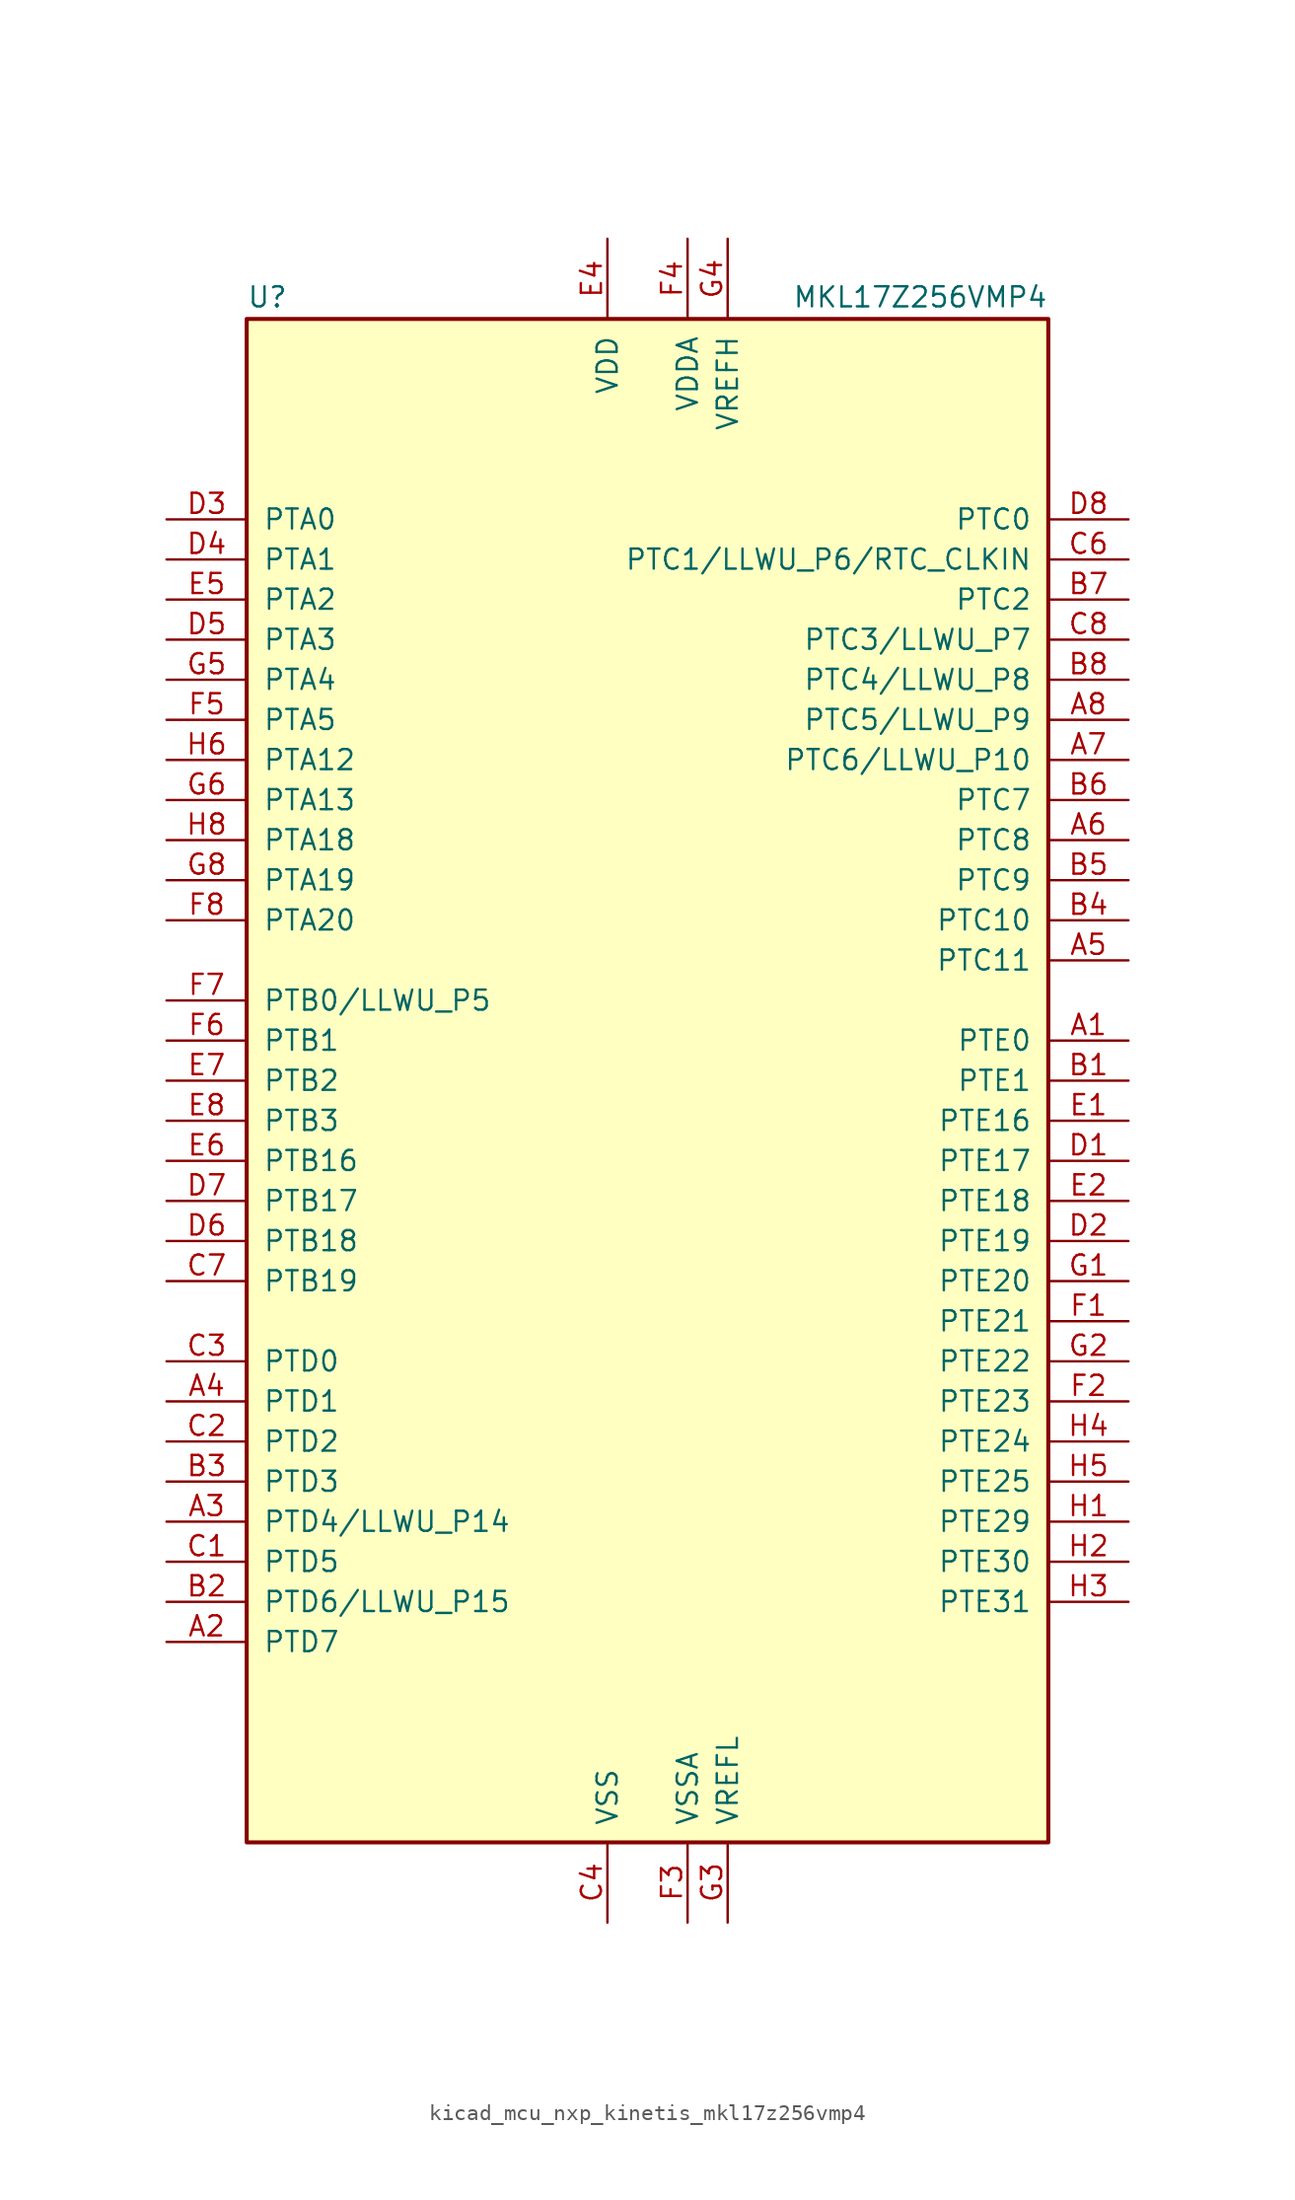
<source format=kicad_sym>
(kicad_symbol_lib
  (version 20220914)
  (generator kicad_symbol_editor)
  (symbol "kicad_mcu_nxp_kinetis_mkl17z256vmp4"
    (pin_names
      (offset 1.016))
    (property "Reference" "U"
      (at -25.4 48.895 0)
      (effects (font (size 1.27 1.27)) (justify left bottom)))
    (property "Value" "MKL17Z256VMP4"
      (at 25.4 48.895 0)
      (effects (font (size 1.27 1.27)) (justify right bottom)))
    (symbol "kicad_mcu_nxp_kinetis_mkl17z256vmp4_0_1"
      (rectangle (start -25.4 48.26) (end 25.4 -48.26) (stroke (width 0.254) (type default)) (fill (type background))))
    (symbol "kicad_mcu_nxp_kinetis_mkl17z256vmp4_1_1"
      (pin bidirectional line (at 30.48 2.54 180) (length 5.08) (name "PTE0" (effects (font (size 1.27 1.27)))) (number "A1" (effects (font (size 1.27 1.27)))))
      (pin bidirectional line (at -30.48 -35.56 0) (length 5.08) (name "PTD7" (effects (font (size 1.27 1.27)))) (number "A2" (effects (font (size 1.27 1.27)))))
      (pin bidirectional line (at -30.48 -27.94 0) (length 5.08) (name "PTD4/LLWU_P14" (effects (font (size 1.27 1.27)))) (number "A3" (effects (font (size 1.27 1.27)))))
      (pin bidirectional line (at -30.48 -20.32 0) (length 5.08) (name "PTD1" (effects (font (size 1.27 1.27)))) (number "A4" (effects (font (size 1.27 1.27)))))
      (pin bidirectional line (at 30.48 7.62 180) (length 5.08) (name "PTC11" (effects (font (size 1.27 1.27)))) (number "A5" (effects (font (size 1.27 1.27)))))
      (pin bidirectional line (at 30.48 15.24 180) (length 5.08) (name "PTC8" (effects (font (size 1.27 1.27)))) (number "A6" (effects (font (size 1.27 1.27)))))
      (pin bidirectional line (at 30.48 20.32 180) (length 5.08) (name "PTC6/LLWU_P10" (effects (font (size 1.27 1.27)))) (number "A7" (effects (font (size 1.27 1.27)))))
      (pin bidirectional line (at 30.48 22.86 180) (length 5.08) (name "PTC5/LLWU_P9" (effects (font (size 1.27 1.27)))) (number "A8" (effects (font (size 1.27 1.27)))))
      (pin bidirectional line (at 30.48 0 180) (length 5.08) (name "PTE1" (effects (font (size 1.27 1.27)))) (number "B1" (effects (font (size 1.27 1.27)))))
      (pin bidirectional line (at -30.48 -33.02 0) (length 5.08) (name "PTD6/LLWU_P15" (effects (font (size 1.27 1.27)))) (number "B2" (effects (font (size 1.27 1.27)))))
      (pin bidirectional line (at -30.48 -25.4 0) (length 5.08) (name "PTD3" (effects (font (size 1.27 1.27)))) (number "B3" (effects (font (size 1.27 1.27)))))
      (pin bidirectional line (at 30.48 10.16 180) (length 5.08) (name "PTC10" (effects (font (size 1.27 1.27)))) (number "B4" (effects (font (size 1.27 1.27)))))
      (pin bidirectional line (at 30.48 12.7 180) (length 5.08) (name "PTC9" (effects (font (size 1.27 1.27)))) (number "B5" (effects (font (size 1.27 1.27)))))
      (pin bidirectional line (at 30.48 17.78 180) (length 5.08) (name "PTC7" (effects (font (size 1.27 1.27)))) (number "B6" (effects (font (size 1.27 1.27)))))
      (pin bidirectional line (at 30.48 30.48 180) (length 5.08) (name "PTC2" (effects (font (size 1.27 1.27)))) (number "B7" (effects (font (size 1.27 1.27)))))
      (pin bidirectional line (at 30.48 25.4 180) (length 5.08) (name "PTC4/LLWU_P8" (effects (font (size 1.27 1.27)))) (number "B8" (effects (font (size 1.27 1.27)))))
      (pin bidirectional line (at -30.48 -30.48 0) (length 5.08) (name "PTD5" (effects (font (size 1.27 1.27)))) (number "C1" (effects (font (size 1.27 1.27)))))
      (pin bidirectional line (at -30.48 -22.86 0) (length 5.08) (name "PTD2" (effects (font (size 1.27 1.27)))) (number "C2" (effects (font (size 1.27 1.27)))))
      (pin bidirectional line (at -30.48 -17.78 0) (length 5.08) (name "PTD0" (effects (font (size 1.27 1.27)))) (number "C3" (effects (font (size 1.27 1.27)))))
      (pin power_in line (at -2.54 -53.34 90) (length 5.08) (name "VSS" (effects (font (size 1.27 1.27)))) (number "C4" (effects (font (size 1.27 1.27)))))
      (pin no_connect line (at -15.24 -48.26 90) (length 5.08) hide (name "NC" (effects (font (size 1.27 1.27)))) (number "C5" (effects (font (size 1.27 1.27)))))
      (pin bidirectional line (at 30.48 33.02 180) (length 5.08) (name "PTC1/LLWU_P6/RTC_CLKIN" (effects (font (size 1.27 1.27)))) (number "C6" (effects (font (size 1.27 1.27)))))
      (pin bidirectional line (at -30.48 -12.7 0) (length 5.08) (name "PTB19" (effects (font (size 1.27 1.27)))) (number "C7" (effects (font (size 1.27 1.27)))))
      (pin bidirectional line (at 30.48 27.94 180) (length 5.08) (name "PTC3/LLWU_P7" (effects (font (size 1.27 1.27)))) (number "C8" (effects (font (size 1.27 1.27)))))
      (pin bidirectional line (at 30.48 -5.08 180) (length 5.08) (name "PTE17" (effects (font (size 1.27 1.27)))) (number "D1" (effects (font (size 1.27 1.27)))))
      (pin bidirectional line (at 30.48 -10.16 180) (length 5.08) (name "PTE19" (effects (font (size 1.27 1.27)))) (number "D2" (effects (font (size 1.27 1.27)))))
      (pin bidirectional line (at -30.48 35.56 0) (length 5.08) (name "PTA0" (effects (font (size 1.27 1.27)))) (number "D3" (effects (font (size 1.27 1.27)))))
      (pin bidirectional line (at -30.48 33.02 0) (length 5.08) (name "PTA1" (effects (font (size 1.27 1.27)))) (number "D4" (effects (font (size 1.27 1.27)))))
      (pin bidirectional line (at -30.48 27.94 0) (length 5.08) (name "PTA3" (effects (font (size 1.27 1.27)))) (number "D5" (effects (font (size 1.27 1.27)))))
      (pin bidirectional line (at -30.48 -10.16 0) (length 5.08) (name "PTB18" (effects (font (size 1.27 1.27)))) (number "D6" (effects (font (size 1.27 1.27)))))
      (pin bidirectional line (at -30.48 -7.62 0) (length 5.08) (name "PTB17" (effects (font (size 1.27 1.27)))) (number "D7" (effects (font (size 1.27 1.27)))))
      (pin bidirectional line (at 30.48 35.56 180) (length 5.08) (name "PTC0" (effects (font (size 1.27 1.27)))) (number "D8" (effects (font (size 1.27 1.27)))))
      (pin bidirectional line (at 30.48 -2.54 180) (length 5.08) (name "PTE16" (effects (font (size 1.27 1.27)))) (number "E1" (effects (font (size 1.27 1.27)))))
      (pin bidirectional line (at 30.48 -7.62 180) (length 5.08) (name "PTE18" (effects (font (size 1.27 1.27)))) (number "E2" (effects (font (size 1.27 1.27)))))
      (pin passive line (at -2.54 -53.34 90) (length 5.08) hide (name "VSS" (effects (font (size 1.27 1.27)))) (number "E3" (effects (font (size 1.27 1.27)))))
      (pin power_in line (at -2.54 53.34 270) (length 5.08) (name "VDD" (effects (font (size 1.27 1.27)))) (number "E4" (effects (font (size 1.27 1.27)))))
      (pin bidirectional line (at -30.48 30.48 0) (length 5.08) (name "PTA2" (effects (font (size 1.27 1.27)))) (number "E5" (effects (font (size 1.27 1.27)))))
      (pin bidirectional line (at -30.48 -5.08 0) (length 5.08) (name "PTB16" (effects (font (size 1.27 1.27)))) (number "E6" (effects (font (size 1.27 1.27)))))
      (pin bidirectional line (at -30.48 0 0) (length 5.08) (name "PTB2" (effects (font (size 1.27 1.27)))) (number "E7" (effects (font (size 1.27 1.27)))))
      (pin bidirectional line (at -30.48 -2.54 0) (length 5.08) (name "PTB3" (effects (font (size 1.27 1.27)))) (number "E8" (effects (font (size 1.27 1.27)))))
      (pin bidirectional line (at 30.48 -15.24 180) (length 5.08) (name "PTE21" (effects (font (size 1.27 1.27)))) (number "F1" (effects (font (size 1.27 1.27)))))
      (pin bidirectional line (at 30.48 -20.32 180) (length 5.08) (name "PTE23" (effects (font (size 1.27 1.27)))) (number "F2" (effects (font (size 1.27 1.27)))))
      (pin power_in line (at 2.54 -53.34 90) (length 5.08) (name "VSSA" (effects (font (size 1.27 1.27)))) (number "F3" (effects (font (size 1.27 1.27)))))
      (pin power_in line (at 2.54 53.34 270) (length 5.08) (name "VDDA" (effects (font (size 1.27 1.27)))) (number "F4" (effects (font (size 1.27 1.27)))))
      (pin bidirectional line (at -30.48 22.86 0) (length 5.08) (name "PTA5" (effects (font (size 1.27 1.27)))) (number "F5" (effects (font (size 1.27 1.27)))))
      (pin bidirectional line (at -30.48 2.54 0) (length 5.08) (name "PTB1" (effects (font (size 1.27 1.27)))) (number "F6" (effects (font (size 1.27 1.27)))))
      (pin bidirectional line (at -30.48 5.08 0) (length 5.08) (name "PTB0/LLWU_P5" (effects (font (size 1.27 1.27)))) (number "F7" (effects (font (size 1.27 1.27)))))
      (pin bidirectional line (at -30.48 10.16 0) (length 5.08) (name "PTA20" (effects (font (size 1.27 1.27)))) (number "F8" (effects (font (size 1.27 1.27)))))
      (pin bidirectional line (at 30.48 -12.7 180) (length 5.08) (name "PTE20" (effects (font (size 1.27 1.27)))) (number "G1" (effects (font (size 1.27 1.27)))))
      (pin bidirectional line (at 30.48 -17.78 180) (length 5.08) (name "PTE22" (effects (font (size 1.27 1.27)))) (number "G2" (effects (font (size 1.27 1.27)))))
      (pin power_in line (at 5.08 -53.34 90) (length 5.08) (name "VREFL" (effects (font (size 1.27 1.27)))) (number "G3" (effects (font (size 1.27 1.27)))))
      (pin power_in line (at 5.08 53.34 270) (length 5.08) (name "VREFH" (effects (font (size 1.27 1.27)))) (number "G4" (effects (font (size 1.27 1.27)))))
      (pin bidirectional line (at -30.48 25.4 0) (length 5.08) (name "PTA4" (effects (font (size 1.27 1.27)))) (number "G5" (effects (font (size 1.27 1.27)))))
      (pin bidirectional line (at -30.48 17.78 0) (length 5.08) (name "PTA13" (effects (font (size 1.27 1.27)))) (number "G6" (effects (font (size 1.27 1.27)))))
      (pin passive line (at -2.54 53.34 270) (length 5.08) hide (name "VDD" (effects (font (size 1.27 1.27)))) (number "G7" (effects (font (size 1.27 1.27)))))
      (pin bidirectional line (at -30.48 12.7 0) (length 5.08) (name "PTA19" (effects (font (size 1.27 1.27)))) (number "G8" (effects (font (size 1.27 1.27)))))
      (pin bidirectional line (at 30.48 -27.94 180) (length 5.08) (name "PTE29" (effects (font (size 1.27 1.27)))) (number "H1" (effects (font (size 1.27 1.27)))))
      (pin bidirectional line (at 30.48 -30.48 180) (length 5.08) (name "PTE30" (effects (font (size 1.27 1.27)))) (number "H2" (effects (font (size 1.27 1.27)))))
      (pin bidirectional line (at 30.48 -33.02 180) (length 5.08) (name "PTE31" (effects (font (size 1.27 1.27)))) (number "H3" (effects (font (size 1.27 1.27)))))
      (pin bidirectional line (at 30.48 -22.86 180) (length 5.08) (name "PTE24" (effects (font (size 1.27 1.27)))) (number "H4" (effects (font (size 1.27 1.27)))))
      (pin bidirectional line (at 30.48 -25.4 180) (length 5.08) (name "PTE25" (effects (font (size 1.27 1.27)))) (number "H5" (effects (font (size 1.27 1.27)))))
      (pin bidirectional line (at -30.48 20.32 0) (length 5.08) (name "PTA12" (effects (font (size 1.27 1.27)))) (number "H6" (effects (font (size 1.27 1.27)))))
      (pin passive line (at -2.54 -53.34 90) (length 5.08) hide (name "VSS" (effects (font (size 1.27 1.27)))) (number "H7" (effects (font (size 1.27 1.27)))))
      (pin bidirectional line (at -30.48 15.24 0) (length 5.08) (name "PTA18" (effects (font (size 1.27 1.27)))) (number "H8" (effects (font (size 1.27 1.27))))))))
</source>
